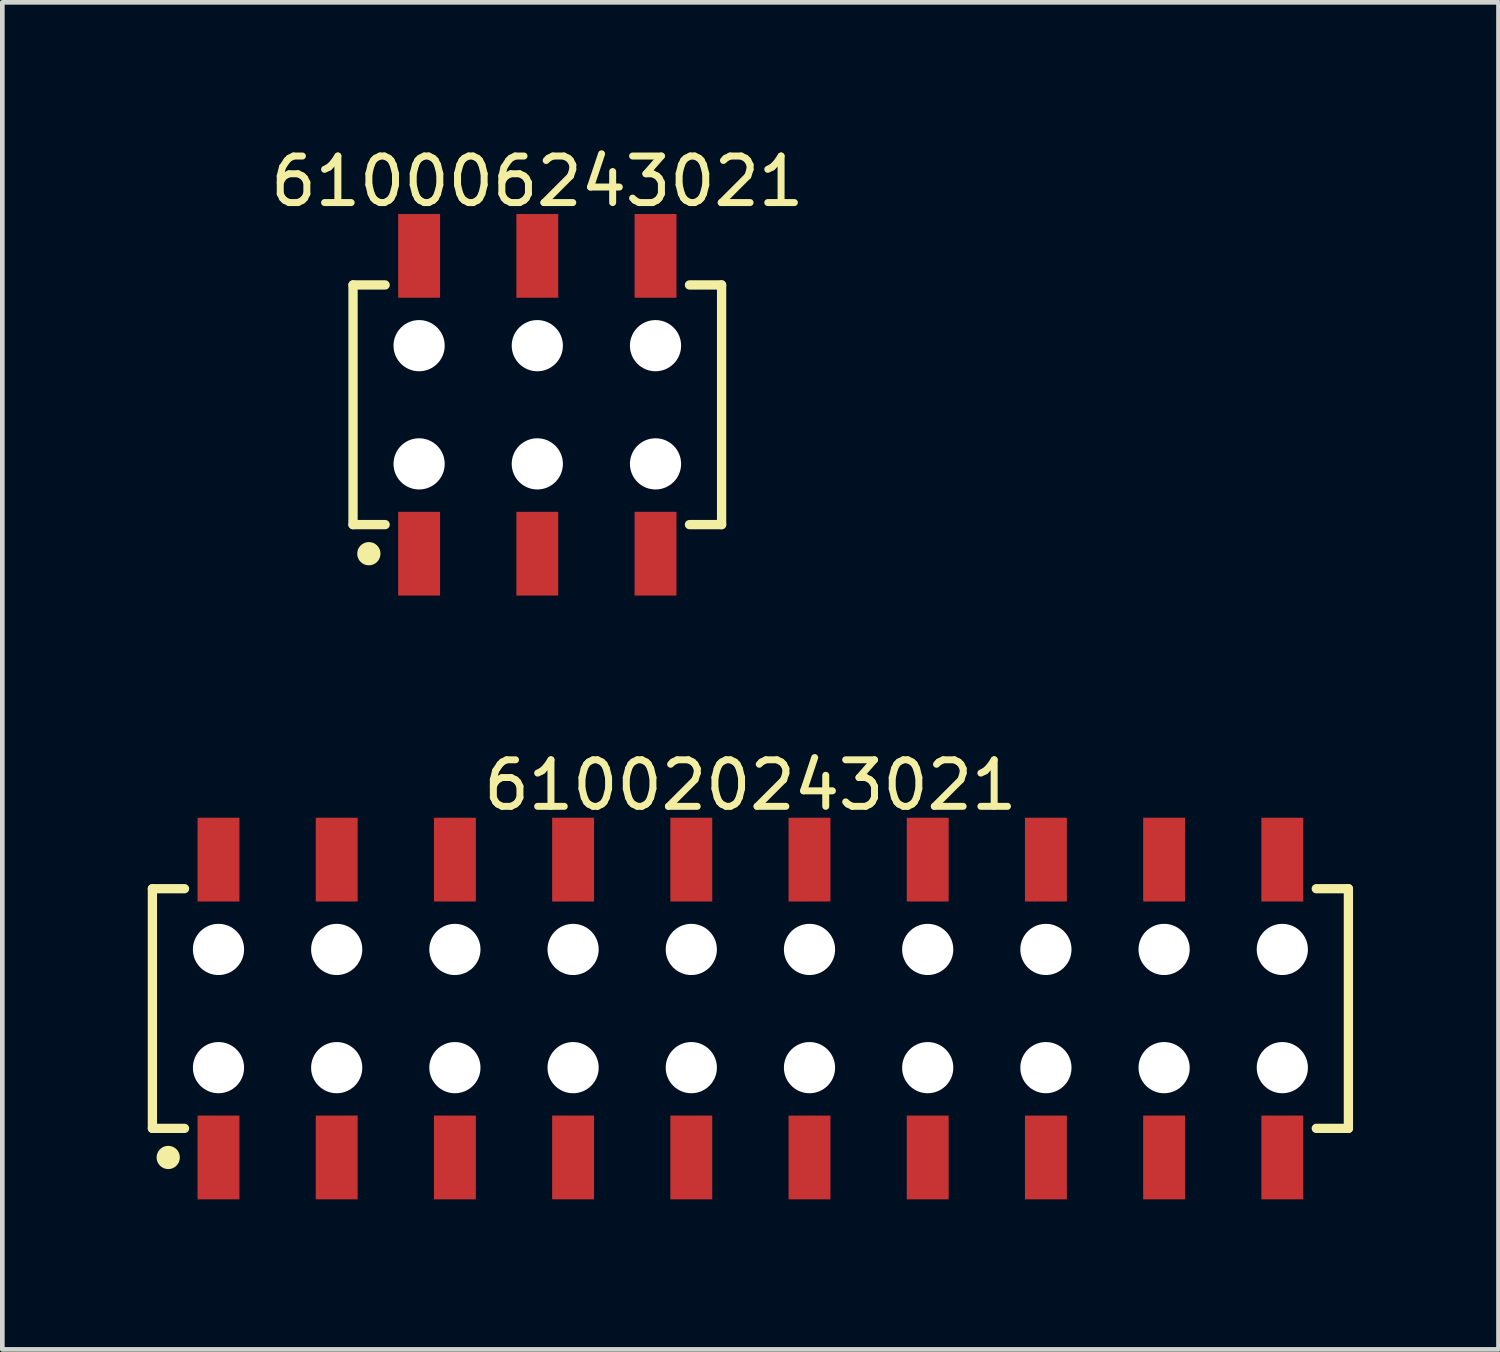
<source format=kicad_pcb>
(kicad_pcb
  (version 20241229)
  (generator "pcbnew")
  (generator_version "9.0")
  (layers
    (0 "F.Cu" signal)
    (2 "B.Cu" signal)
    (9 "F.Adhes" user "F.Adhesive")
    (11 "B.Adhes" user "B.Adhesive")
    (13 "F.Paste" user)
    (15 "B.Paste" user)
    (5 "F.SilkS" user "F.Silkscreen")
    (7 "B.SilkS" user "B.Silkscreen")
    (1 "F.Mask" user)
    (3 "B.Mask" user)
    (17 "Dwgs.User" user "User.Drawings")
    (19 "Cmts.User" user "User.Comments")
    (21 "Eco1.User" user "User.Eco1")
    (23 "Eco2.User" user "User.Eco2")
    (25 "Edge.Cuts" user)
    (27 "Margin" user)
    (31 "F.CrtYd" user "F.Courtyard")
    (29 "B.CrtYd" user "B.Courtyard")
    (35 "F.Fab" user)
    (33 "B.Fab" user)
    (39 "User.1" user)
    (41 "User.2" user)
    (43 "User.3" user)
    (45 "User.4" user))
  (footprint "610020243021"
    (layer "F.Cu")
    (at 13.075 18.622)
    (property "Reference" "610020243021" (at 0 -4.8 0) (layer "F.SilkS") (effects (font (size 1 1) (thickness 0.15))))
    (fp_line (start -12.85 -2.575) (end -12.16 -2.575) (stroke (width 0.2) (type solid)) (layer "F.SilkS"))
    (fp_line (start -12.85 2.575) (end -12.85 -2.575) (stroke (width 0.2) (type solid)) (layer "F.SilkS"))
    (fp_line (start -12.85 2.575) (end -12.16 2.575) (stroke (width 0.2) (type solid)) (layer "F.SilkS"))
    (fp_line (start 12.16 -2.575) (end 12.85 -2.575) (stroke (width 0.2) (type solid)) (layer "F.SilkS"))
    (fp_line (start 12.16 2.575) (end 12.85 2.575) (stroke (width 0.2) (type solid)) (layer "F.SilkS"))
    (fp_line (start 12.85 2.575) (end 12.85 -2.575) (stroke (width 0.2) (type solid)) (layer "F.SilkS"))
    (fp_circle (center -12.51 3.2) (end -12.51 3.075) (stroke (width 0.25) (type solid)) (fill no) (layer "F.SilkS"))
    (fp_line (start -13.05 -4.3) (end 13.05 -4.3) (stroke (width 0.05) (type solid)) (layer "Eco2.User"))
    (fp_line (start -13.05 4.3) (end -13.05 -4.3) (stroke (width 0.05) (type solid)) (layer "Eco2.User"))
    (fp_line (start -13.05 4.3) (end 13.05 4.3) (stroke (width 0.05) (type solid)) (layer "Eco2.User"))
    (fp_line (start -12.7 -2.5) (end 12.7 -2.5) (stroke (width 0.1) (type solid)) (layer "Eco2.User"))
    (fp_line (start -12.7 2.5) (end -12.7 -2.5) (stroke (width 0.1) (type solid)) (layer "Eco2.User"))
    (fp_line (start -12.7 2.5) (end 12.7 2.5) (stroke (width 0.1) (type solid)) (layer "Eco2.User"))
    (fp_line (start -11.68 -3.6) (end -11.18 -3.6) (stroke (width 0.1) (type solid)) (layer "Eco2.User"))
    (fp_line (start -11.68 -2.5) (end -11.68 -3.6) (stroke (width 0.1) (type solid)) (layer "Eco2.User"))
    (fp_line (start -11.68 3.6) (end -11.68 2.5) (stroke (width 0.1) (type solid)) (layer "Eco2.User"))
    (fp_line (start -11.68 3.6) (end -11.18 3.6) (stroke (width 0.1) (type solid)) (layer "Eco2.User"))
    (fp_line (start -11.18 -2.5) (end -11.18 -3.6) (stroke (width 0.1) (type solid)) (layer "Eco2.User"))
    (fp_line (start -11.18 3.6) (end -11.18 2.5) (stroke (width 0.1) (type solid)) (layer "Eco2.User"))
    (fp_line (start -9.14 -3.6) (end -8.64 -3.6) (stroke (width 0.1) (type solid)) (layer "Eco2.User"))
    (fp_line (start -9.14 -2.5) (end -9.14 -3.6) (stroke (width 0.1) (type solid)) (layer "Eco2.User"))
    (fp_line (start -9.14 3.6) (end -9.14 2.5) (stroke (width 0.1) (type solid)) (layer "Eco2.User"))
    (fp_line (start -9.14 3.6) (end -8.64 3.6) (stroke (width 0.1) (type solid)) (layer "Eco2.User"))
    (fp_line (start -8.64 -2.5) (end -8.64 -3.6) (stroke (width 0.1) (type solid)) (layer "Eco2.User"))
    (fp_line (start -8.64 3.6) (end -8.64 2.5) (stroke (width 0.1) (type solid)) (layer "Eco2.User"))
    (fp_line (start -6.6 -3.6) (end -6.1 -3.6) (stroke (width 0.1) (type solid)) (layer "Eco2.User"))
    (fp_line (start -6.6 -2.5) (end -6.6 -3.6) (stroke (width 0.1) (type solid)) (layer "Eco2.User"))
    (fp_line (start -6.6 3.6) (end -6.6 2.5) (stroke (width 0.1) (type solid)) (layer "Eco2.User"))
    (fp_line (start -6.6 3.6) (end -6.1 3.6) (stroke (width 0.1) (type solid)) (layer "Eco2.User"))
    (fp_line (start -6.1 -2.5) (end -6.1 -3.6) (stroke (width 0.1) (type solid)) (layer "Eco2.User"))
    (fp_line (start -6.1 3.6) (end -6.1 2.5) (stroke (width 0.1) (type solid)) (layer "Eco2.User"))
    (fp_line (start -4.06 -3.6) (end -3.56 -3.6) (stroke (width 0.1) (type solid)) (layer "Eco2.User"))
    (fp_line (start -4.06 -2.5) (end -4.06 -3.6) (stroke (width 0.1) (type solid)) (layer "Eco2.User"))
    (fp_line (start -4.06 3.6) (end -4.06 2.5) (stroke (width 0.1) (type solid)) (layer "Eco2.User"))
    (fp_line (start -4.06 3.6) (end -3.56 3.6) (stroke (width 0.1) (type solid)) (layer "Eco2.User"))
    (fp_line (start -3.56 -2.5) (end -3.56 -3.6) (stroke (width 0.1) (type solid)) (layer "Eco2.User"))
    (fp_line (start -3.56 3.6) (end -3.56 2.5) (stroke (width 0.1) (type solid)) (layer "Eco2.User"))
    (fp_line (start -1.52 -3.6) (end -1.02 -3.6) (stroke (width 0.1) (type solid)) (layer "Eco2.User"))
    (fp_line (start -1.52 -2.5) (end -1.52 -3.6) (stroke (width 0.1) (type solid)) (layer "Eco2.User"))
    (fp_line (start -1.52 3.6) (end -1.52 2.5) (stroke (width 0.1) (type solid)) (layer "Eco2.User"))
    (fp_line (start -1.52 3.6) (end -1.02 3.6) (stroke (width 0.1) (type solid)) (layer "Eco2.User"))
    (fp_line (start -1.02 -2.5) (end -1.02 -3.6) (stroke (width 0.1) (type solid)) (layer "Eco2.User"))
    (fp_line (start -1.02 3.6) (end -1.02 2.5) (stroke (width 0.1) (type solid)) (layer "Eco2.User"))
    (fp_line (start -0.5 0) (end 0.5 0) (stroke (width 0.05) (type solid)) (layer "Eco2.User"))
    (fp_line (start 0 0.5) (end 0 -0.5) (stroke (width 0.05) (type solid)) (layer "Eco2.User"))
    (fp_line (start 1.02 -3.6) (end 1.52 -3.6) (stroke (width 0.1) (type solid)) (layer "Eco2.User"))
    (fp_line (start 1.02 -2.5) (end 1.02 -3.6) (stroke (width 0.1) (type solid)) (layer "Eco2.User"))
    (fp_line (start 1.02 3.6) (end 1.02 2.5) (stroke (width 0.1) (type solid)) (layer "Eco2.User"))
    (fp_line (start 1.02 3.6) (end 1.52 3.6) (stroke (width 0.1) (type solid)) (layer "Eco2.User"))
    (fp_line (start 1.52 -2.5) (end 1.52 -3.6) (stroke (width 0.1) (type solid)) (layer "Eco2.User"))
    (fp_line (start 1.52 3.6) (end 1.52 2.5) (stroke (width 0.1) (type solid)) (layer "Eco2.User"))
    (fp_line (start 3.56 -3.6) (end 4.06 -3.6) (stroke (width 0.1) (type solid)) (layer "Eco2.User"))
    (fp_line (start 3.56 -2.5) (end 3.56 -3.6) (stroke (width 0.1) (type solid)) (layer "Eco2.User"))
    (fp_line (start 3.56 3.6) (end 3.56 2.5) (stroke (width 0.1) (type solid)) (layer "Eco2.User"))
    (fp_line (start 3.56 3.6) (end 4.06 3.6) (stroke (width 0.1) (type solid)) (layer "Eco2.User"))
    (fp_line (start 4.06 -2.5) (end 4.06 -3.6) (stroke (width 0.1) (type solid)) (layer "Eco2.User"))
    (fp_line (start 4.06 3.6) (end 4.06 2.5) (stroke (width 0.1) (type solid)) (layer "Eco2.User"))
    (fp_line (start 6.1 -3.6) (end 6.6 -3.6) (stroke (width 0.1) (type solid)) (layer "Eco2.User"))
    (fp_line (start 6.1 -2.5) (end 6.1 -3.6) (stroke (width 0.1) (type solid)) (layer "Eco2.User"))
    (fp_line (start 6.1 3.6) (end 6.1 2.5) (stroke (width 0.1) (type solid)) (layer "Eco2.User"))
    (fp_line (start 6.1 3.6) (end 6.6 3.6) (stroke (width 0.1) (type solid)) (layer "Eco2.User"))
    (fp_line (start 6.6 -2.5) (end 6.6 -3.6) (stroke (width 0.1) (type solid)) (layer "Eco2.User"))
    (fp_line (start 6.6 3.6) (end 6.6 2.5) (stroke (width 0.1) (type solid)) (layer "Eco2.User"))
    (fp_line (start 8.64 -3.6) (end 9.14 -3.6) (stroke (width 0.1) (type solid)) (layer "Eco2.User"))
    (fp_line (start 8.64 -2.5) (end 8.64 -3.6) (stroke (width 0.1) (type solid)) (layer "Eco2.User"))
    (fp_line (start 8.64 3.6) (end 8.64 2.5) (stroke (width 0.1) (type solid)) (layer "Eco2.User"))
    (fp_line (start 8.64 3.6) (end 9.14 3.6) (stroke (width 0.1) (type solid)) (layer "Eco2.User"))
    (fp_line (start 9.14 -2.5) (end 9.14 -3.6) (stroke (width 0.1) (type solid)) (layer "Eco2.User"))
    (fp_line (start 9.14 3.6) (end 9.14 2.5) (stroke (width 0.1) (type solid)) (layer "Eco2.User"))
    (fp_line (start 11.18 -3.6) (end 11.68 -3.6) (stroke (width 0.1) (type solid)) (layer "Eco2.User"))
    (fp_line (start 11.18 -2.5) (end 11.18 -3.6) (stroke (width 0.1) (type solid)) (layer "Eco2.User"))
    (fp_line (start 11.18 3.6) (end 11.18 2.5) (stroke (width 0.1) (type solid)) (layer "Eco2.User"))
    (fp_line (start 11.18 3.6) (end 11.68 3.6) (stroke (width 0.1) (type solid)) (layer "Eco2.User"))
    (fp_line (start 11.68 -2.5) (end 11.68 -3.6) (stroke (width 0.1) (type solid)) (layer "Eco2.User"))
    (fp_line (start 11.68 3.6) (end 11.68 2.5) (stroke (width 0.1) (type solid)) (layer "Eco2.User"))
    (fp_line (start 12.7 2.5) (end 12.7 -2.5) (stroke (width 0.1) (type solid)) (layer "Eco2.User"))
    (fp_line (start 13.05 4.3) (end 13.05 -4.3) (stroke (width 0.05) (type solid)) (layer "Eco2.User"))
    (fp_text user "${REFERENCE}" (at 0.15 -0.197 0) (unlocked yes) (layer "User.3") (effects (font (size 1.5 1.5) (thickness 0.15))))
    (pad "" np_thru_hole circle (at -11.43 -1.27) (size 1.1 1.1) (drill 1.1) (layers "*.Cu" "*.Mask"))
    (pad "" np_thru_hole circle (at -11.43 1.27) (size 1.1 1.1) (drill 1.1) (layers "*.Cu" "*.Mask"))
    (pad "" np_thru_hole circle (at -8.89 -1.27) (size 1.1 1.1) (drill 1.1) (layers "*.Cu" "*.Mask"))
    (pad "" np_thru_hole circle (at -8.89 1.27) (size 1.1 1.1) (drill 1.1) (layers "*.Cu" "*.Mask"))
    (pad "" np_thru_hole circle (at -6.35 -1.27) (size 1.1 1.1) (drill 1.1) (layers "*.Cu" "*.Mask"))
    (pad "" np_thru_hole circle (at -6.35 1.27) (size 1.1 1.1) (drill 1.1) (layers "*.Cu" "*.Mask"))
    (pad "" np_thru_hole circle (at -3.81 -1.27) (size 1.1 1.1) (drill 1.1) (layers "*.Cu" "*.Mask"))
    (pad "" np_thru_hole circle (at -3.81 1.27) (size 1.1 1.1) (drill 1.1) (layers "*.Cu" "*.Mask"))
    (pad "" np_thru_hole circle (at -1.27 -1.27) (size 1.1 1.1) (drill 1.1) (layers "*.Cu" "*.Mask"))
    (pad "" np_thru_hole circle (at -1.27 1.27) (size 1.1 1.1) (drill 1.1) (layers "*.Cu" "*.Mask"))
    (pad "" np_thru_hole circle (at 1.27 -1.27) (size 1.1 1.1) (drill 1.1) (layers "*.Cu" "*.Mask"))
    (pad "" np_thru_hole circle (at 1.27 1.27) (size 1.1 1.1) (drill 1.1) (layers "*.Cu" "*.Mask"))
    (pad "" np_thru_hole circle (at 3.81 -1.27) (size 1.1 1.1) (drill 1.1) (layers "*.Cu" "*.Mask"))
    (pad "" np_thru_hole circle (at 3.81 1.27) (size 1.1 1.1) (drill 1.1) (layers "*.Cu" "*.Mask"))
    (pad "" np_thru_hole circle (at 6.35 -1.27) (size 1.1 1.1) (drill 1.1) (layers "*.Cu" "*.Mask"))
    (pad "" np_thru_hole circle (at 6.35 1.27) (size 1.1 1.1) (drill 1.1) (layers "*.Cu" "*.Mask"))
    (pad "" np_thru_hole circle (at 8.89 -1.27) (size 1.1 1.1) (drill 1.1) (layers "*.Cu" "*.Mask"))
    (pad "" np_thru_hole circle (at 8.89 1.27) (size 1.1 1.1) (drill 1.1) (layers "*.Cu" "*.Mask"))
    (pad "" np_thru_hole circle (at 11.43 -1.27) (size 1.1 1.1) (drill 1.1) (layers "*.Cu" "*.Mask"))
    (pad "" np_thru_hole circle (at 11.43 1.27) (size 1.1 1.1) (drill 1.1) (layers "*.Cu" "*.Mask"))
    (pad "1" smd rect (at -11.43 3.2) (size 0.9 1.8) (layers "F.Cu" "F.Mask" "F.Paste"))
    (pad "2" smd rect (at -11.43 -3.2) (size 0.9 1.8) (layers "F.Cu" "F.Mask" "F.Paste"))
    (pad "3" smd rect (at -8.89 3.2) (size 0.9 1.8) (layers "F.Cu" "F.Mask" "F.Paste"))
    (pad "4" smd rect (at -8.89 -3.2) (size 0.9 1.8) (layers "F.Cu" "F.Mask" "F.Paste"))
    (pad "5" smd rect (at -6.35 3.2) (size 0.9 1.8) (layers "F.Cu" "F.Mask" "F.Paste"))
    (pad "6" smd rect (at -6.35 -3.2) (size 0.9 1.8) (layers "F.Cu" "F.Mask" "F.Paste"))
    (pad "7" smd rect (at -3.81 3.2) (size 0.9 1.8) (layers "F.Cu" "F.Mask" "F.Paste"))
    (pad "8" smd rect (at -3.81 -3.2) (size 0.9 1.8) (layers "F.Cu" "F.Mask" "F.Paste"))
    (pad "9" smd rect (at -1.27 3.2) (size 0.9 1.8) (layers "F.Cu" "F.Mask" "F.Paste"))
    (pad "10" smd rect (at -1.27 -3.2) (size 0.9 1.8) (layers "F.Cu" "F.Mask" "F.Paste"))
    (pad "11" smd rect (at 1.27 3.2) (size 0.9 1.8) (layers "F.Cu" "F.Mask" "F.Paste"))
    (pad "12" smd rect (at 1.27 -3.2) (size 0.9 1.8) (layers "F.Cu" "F.Mask" "F.Paste"))
    (pad "13" smd rect (at 3.81 3.2) (size 0.9 1.8) (layers "F.Cu" "F.Mask" "F.Paste"))
    (pad "14" smd rect (at 3.81 -3.2) (size 0.9 1.8) (layers "F.Cu" "F.Mask" "F.Paste"))
    (pad "15" smd rect (at 6.35 3.2) (size 0.9 1.8) (layers "F.Cu" "F.Mask" "F.Paste"))
    (pad "16" smd rect (at 6.35 -3.2) (size 0.9 1.8) (layers "F.Cu" "F.Mask" "F.Paste"))
    (pad "17" smd rect (at 8.89 3.2) (size 0.9 1.8) (layers "F.Cu" "F.Mask" "F.Paste"))
    (pad "18" smd rect (at 8.89 -3.2) (size 0.9 1.8) (layers "F.Cu" "F.Mask" "F.Paste"))
    (pad "19" smd rect (at 11.43 3.2) (size 0.9 1.8) (layers "F.Cu" "F.Mask" "F.Paste"))
    (pad "20" smd rect (at 11.43 -3.2) (size 0.9 1.8) (layers "F.Cu" "F.Mask" "F.Paste")))
  (footprint "610006243021"
    (layer "F.Cu")
    (at 8.496 5.648)
    (property "Reference" "610006243021" (at 0 -4.8 0) (layer "F.SilkS") (effects (font (size 1 1) (thickness 0.15))))
    (fp_line (start -3.96 -2.575) (end -3.27 -2.575) (stroke (width 0.2) (type solid)) (layer "F.SilkS"))
    (fp_line (start -3.96 2.575) (end -3.96 -2.575) (stroke (width 0.2) (type solid)) (layer "F.SilkS"))
    (fp_line (start -3.96 2.575) (end -3.27 2.575) (stroke (width 0.2) (type solid)) (layer "F.SilkS"))
    (fp_line (start 3.27 -2.575) (end 3.96 -2.575) (stroke (width 0.2) (type solid)) (layer "F.SilkS"))
    (fp_line (start 3.27 2.575) (end 3.96 2.575) (stroke (width 0.2) (type solid)) (layer "F.SilkS"))
    (fp_line (start 3.96 2.575) (end 3.96 -2.575) (stroke (width 0.2) (type solid)) (layer "F.SilkS"))
    (fp_circle (center -3.62 3.2) (end -3.62 3.075) (stroke (width 0.25) (type solid)) (fill no) (layer "F.SilkS"))
    (fp_line (start -4.16 -4.3) (end 4.16 -4.3) (stroke (width 0.05) (type solid)) (layer "Eco2.User"))
    (fp_line (start -4.16 4.3) (end -4.16 -4.3) (stroke (width 0.05) (type solid)) (layer "Eco2.User"))
    (fp_line (start -4.16 4.3) (end 4.16 4.3) (stroke (width 0.05) (type solid)) (layer "Eco2.User"))
    (fp_line (start -3.81 -2.5) (end 3.81 -2.5) (stroke (width 0.1) (type solid)) (layer "Eco2.User"))
    (fp_line (start -3.81 2.5) (end -3.81 -2.5) (stroke (width 0.1) (type solid)) (layer "Eco2.User"))
    (fp_line (start -3.81 2.5) (end 3.81 2.5) (stroke (width 0.1) (type solid)) (layer "Eco2.User"))
    (fp_line (start -2.79 -3.6) (end -2.29 -3.6) (stroke (width 0.1) (type solid)) (layer "Eco2.User"))
    (fp_line (start -2.79 -2.5) (end -2.79 -3.6) (stroke (width 0.1) (type solid)) (layer "Eco2.User"))
    (fp_line (start -2.79 3.6) (end -2.79 2.5) (stroke (width 0.1) (type solid)) (layer "Eco2.User"))
    (fp_line (start -2.79 3.6) (end -2.29 3.6) (stroke (width 0.1) (type solid)) (layer "Eco2.User"))
    (fp_line (start -2.29 -2.5) (end -2.29 -3.6) (stroke (width 0.1) (type solid)) (layer "Eco2.User"))
    (fp_line (start -2.29 3.6) (end -2.29 2.5) (stroke (width 0.1) (type solid)) (layer "Eco2.User"))
    (fp_line (start -0.5 0) (end 0.5 0) (stroke (width 0.05) (type solid)) (layer "Eco2.User"))
    (fp_line (start -0.25 -3.6) (end 0.25 -3.6) (stroke (width 0.1) (type solid)) (layer "Eco2.User"))
    (fp_line (start -0.25 -2.5) (end -0.25 -3.6) (stroke (width 0.1) (type solid)) (layer "Eco2.User"))
    (fp_line (start -0.25 3.6) (end -0.25 2.5) (stroke (width 0.1) (type solid)) (layer "Eco2.User"))
    (fp_line (start -0.25 3.6) (end 0.25 3.6) (stroke (width 0.1) (type solid)) (layer "Eco2.User"))
    (fp_line (start 0 0.5) (end 0 -0.5) (stroke (width 0.05) (type solid)) (layer "Eco2.User"))
    (fp_line (start 0.25 -2.5) (end 0.25 -3.6) (stroke (width 0.1) (type solid)) (layer "Eco2.User"))
    (fp_line (start 0.25 3.6) (end 0.25 2.5) (stroke (width 0.1) (type solid)) (layer "Eco2.User"))
    (fp_line (start 2.29 -3.6) (end 2.79 -3.6) (stroke (width 0.1) (type solid)) (layer "Eco2.User"))
    (fp_line (start 2.29 -2.5) (end 2.29 -3.6) (stroke (width 0.1) (type solid)) (layer "Eco2.User"))
    (fp_line (start 2.29 3.6) (end 2.29 2.5) (stroke (width 0.1) (type solid)) (layer "Eco2.User"))
    (fp_line (start 2.29 3.6) (end 2.79 3.6) (stroke (width 0.1) (type solid)) (layer "Eco2.User"))
    (fp_line (start 2.79 -2.5) (end 2.79 -3.6) (stroke (width 0.1) (type solid)) (layer "Eco2.User"))
    (fp_line (start 2.79 3.6) (end 2.79 2.5) (stroke (width 0.1) (type solid)) (layer "Eco2.User"))
    (fp_line (start 3.81 2.5) (end 3.81 -2.5) (stroke (width 0.1) (type solid)) (layer "Eco2.User"))
    (fp_line (start 4.16 4.3) (end 4.16 -4.3) (stroke (width 0.05) (type solid)) (layer "Eco2.User"))
    (fp_text user "${REFERENCE}" (at 0.15 -0.197 0) (unlocked yes) (layer "User.3") (effects (font (size 1.5 1.5) (thickness 0.15))))
    (pad "" np_thru_hole circle (at -2.54 -1.27) (size 1.1 1.1) (drill 1.1) (layers "*.Cu" "*.Mask"))
    (pad "" np_thru_hole circle (at -2.54 1.27) (size 1.1 1.1) (drill 1.1) (layers "*.Cu" "*.Mask"))
    (pad "" np_thru_hole circle (at 0 -1.27) (size 1.1 1.1) (drill 1.1) (layers "*.Cu" "*.Mask"))
    (pad "" np_thru_hole circle (at 0 1.27) (size 1.1 1.1) (drill 1.1) (layers "*.Cu" "*.Mask"))
    (pad "" np_thru_hole circle (at 2.54 -1.27) (size 1.1 1.1) (drill 1.1) (layers "*.Cu" "*.Mask"))
    (pad "" np_thru_hole circle (at 2.54 1.27) (size 1.1 1.1) (drill 1.1) (layers "*.Cu" "*.Mask"))
    (pad "1" smd rect (at -2.54 3.2) (size 0.9 1.8) (layers "F.Cu" "F.Mask" "F.Paste"))
    (pad "2" smd rect (at -2.54 -3.2) (size 0.9 1.8) (layers "F.Cu" "F.Mask" "F.Paste"))
    (pad "3" smd rect (at 0 3.2) (size 0.9 1.8) (layers "F.Cu" "F.Mask" "F.Paste"))
    (pad "4" smd rect (at 0 -3.2) (size 0.9 1.8) (layers "F.Cu" "F.Mask" "F.Paste"))
    (pad "5" smd rect (at 2.54 3.2) (size 0.9 1.8) (layers "F.Cu" "F.Mask" "F.Paste"))
    (pad "6" smd rect (at 2.54 -3.2) (size 0.9 1.8) (layers "F.Cu" "F.Mask" "F.Paste")))
  (gr_rect
    (start -3 -3)
    (end 29.15 25.947)
    (stroke (width 0.1) (type default))
    (fill no)
    (layer "Edge.Cuts")))
</source>
